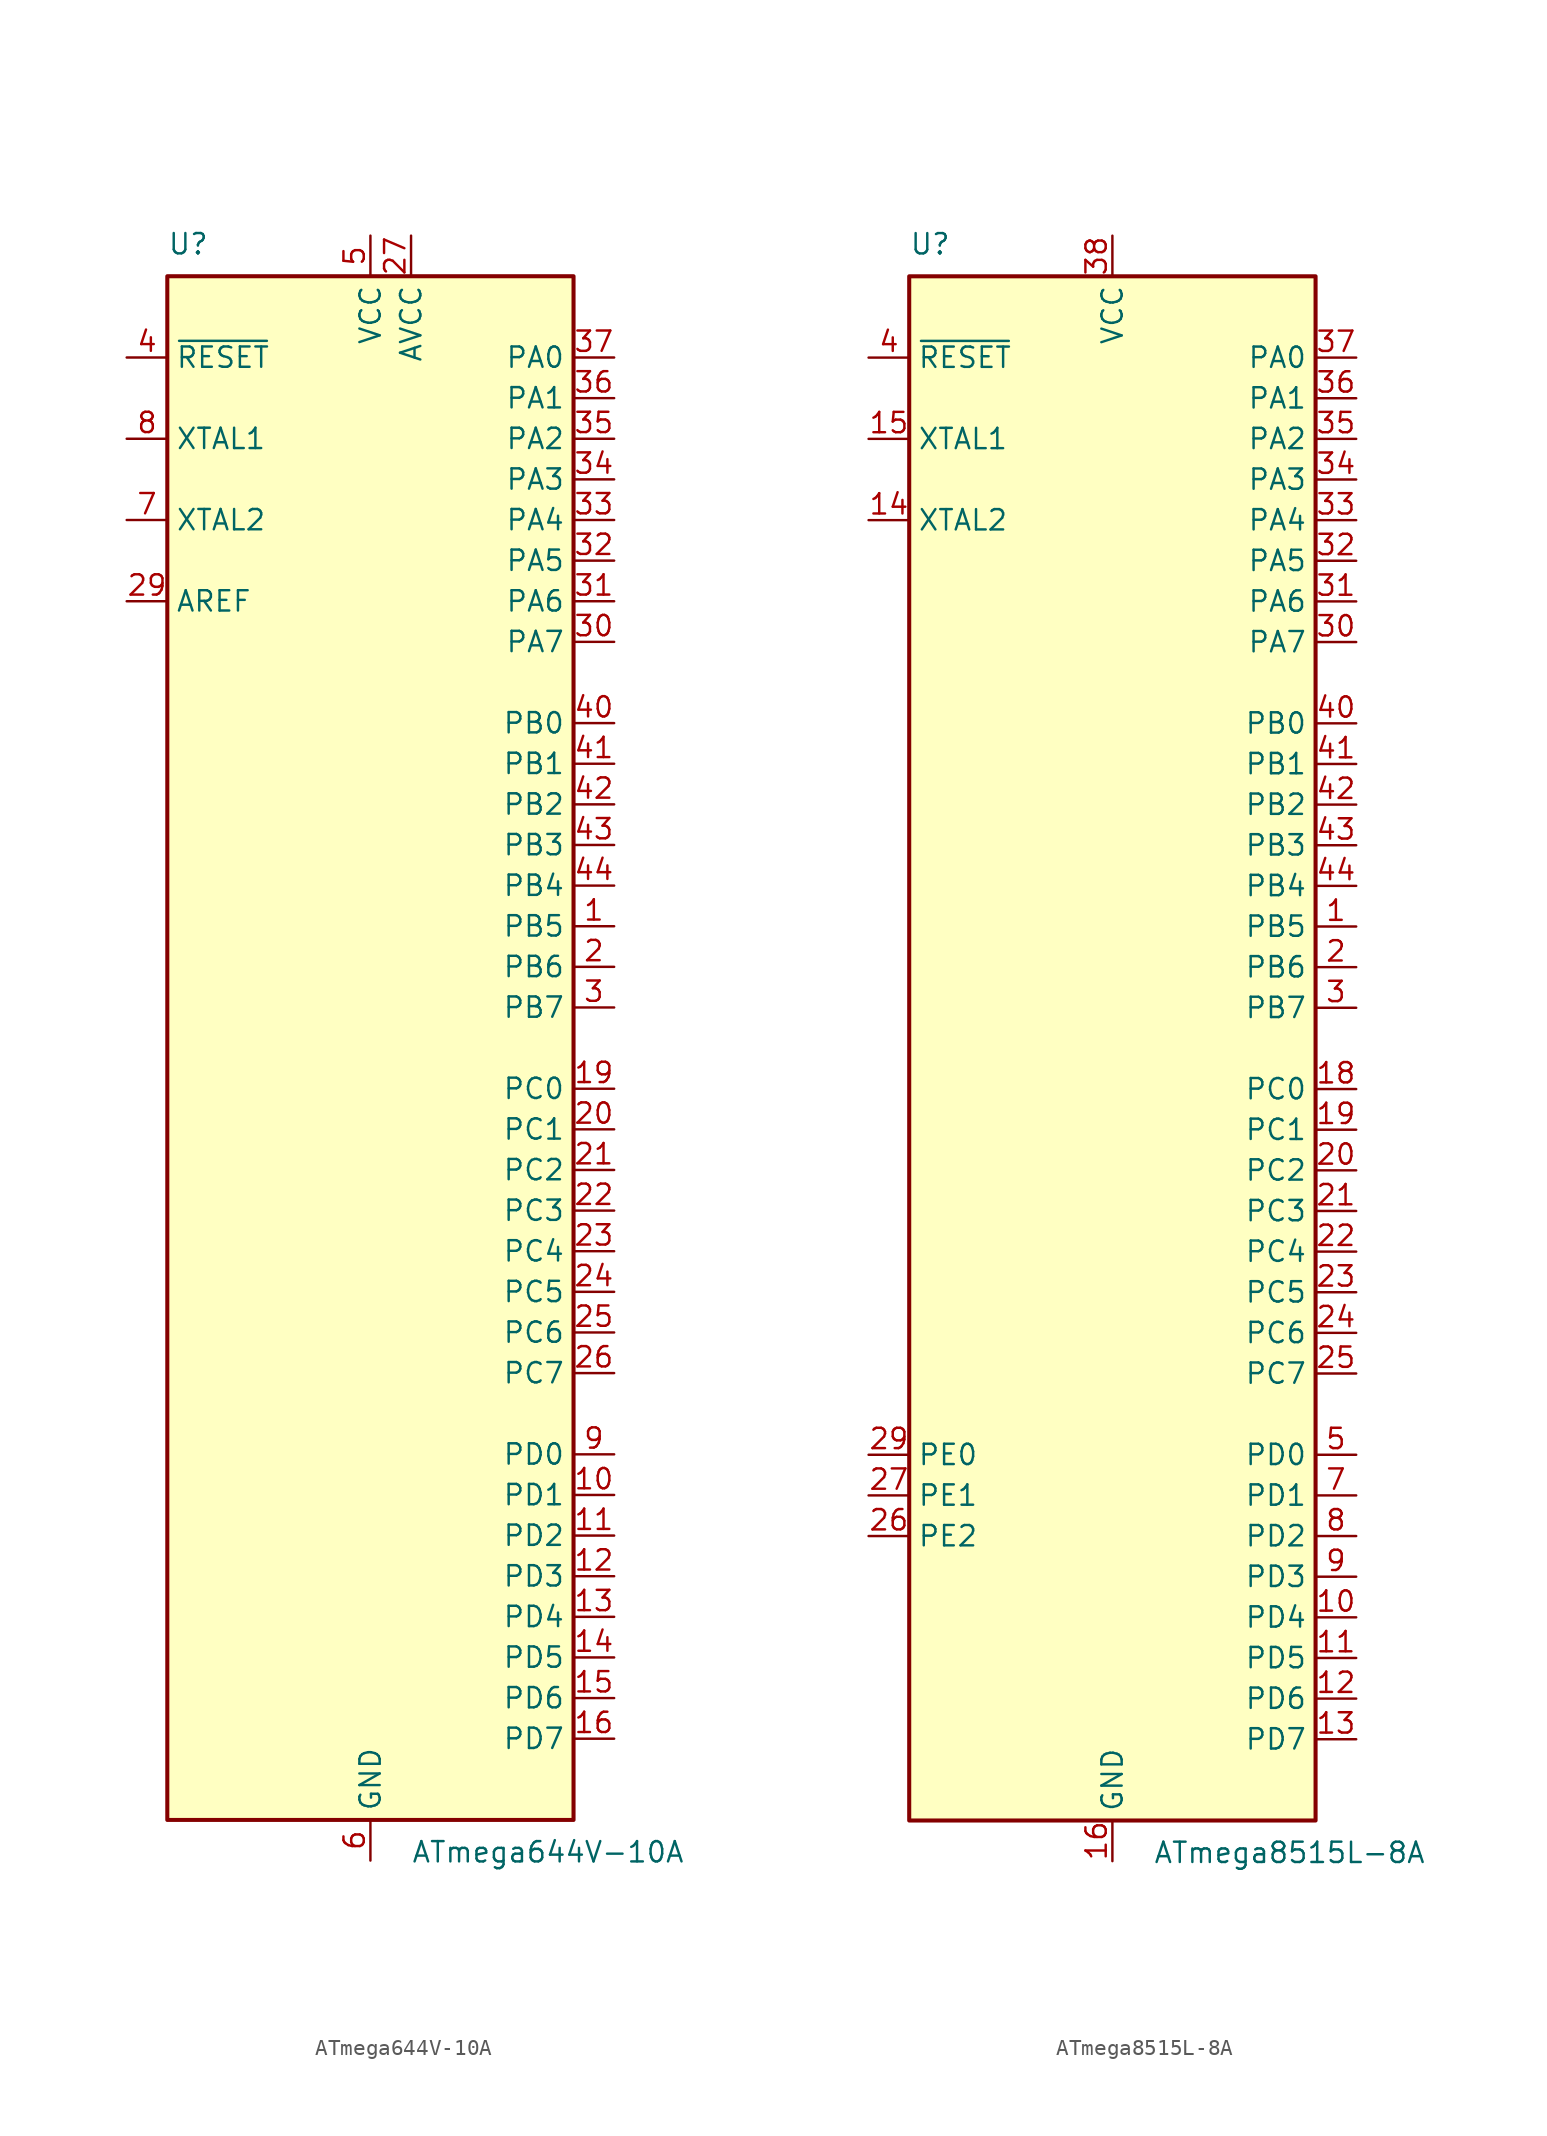
<source format=kicad_sym>
(kicad_symbol_lib
  (version 20201005)
  (generator kicad_symbol_editor)
  (symbol "MCU_Microchip_ATmega:ATmega644V-10A"
    (property "Reference" "U"
      (at -12.7 49.53 0)
      (effects (font (size 1.27 1.27)) (justify left bottom)))
    (property "Value" "ATmega644V-10A"
      (at 2.54 -49.53 0)
      (effects (font (size 1.27 1.27)) (justify left top)))
    (symbol "ATmega644V-10A_0_1"
      (rectangle (start -12.7 -48.26) (end 12.7 48.26) (stroke (width 0.254)) (fill (type background))))
    (symbol "ATmega644V-10A_1_1"
      (pin bidirectional line (at 15.24 7.62 180) (length 2.54) (name "PB5" (effects (font (size 1.27 1.27)))) (number "1" (effects (font (size 1.27 1.27)))))
      (pin bidirectional line (at 15.24 -27.94 180) (length 2.54) (name "PD1" (effects (font (size 1.27 1.27)))) (number "10" (effects (font (size 1.27 1.27)))))
      (pin bidirectional line (at 15.24 -30.48 180) (length 2.54) (name "PD2" (effects (font (size 1.27 1.27)))) (number "11" (effects (font (size 1.27 1.27)))))
      (pin bidirectional line (at 15.24 -33.02 180) (length 2.54) (name "PD3" (effects (font (size 1.27 1.27)))) (number "12" (effects (font (size 1.27 1.27)))))
      (pin bidirectional line (at 15.24 -35.56 180) (length 2.54) (name "PD4" (effects (font (size 1.27 1.27)))) (number "13" (effects (font (size 1.27 1.27)))))
      (pin bidirectional line (at 15.24 -38.1 180) (length 2.54) (name "PD5" (effects (font (size 1.27 1.27)))) (number "14" (effects (font (size 1.27 1.27)))))
      (pin bidirectional line (at 15.24 -40.64 180) (length 2.54) (name "PD6" (effects (font (size 1.27 1.27)))) (number "15" (effects (font (size 1.27 1.27)))))
      (pin bidirectional line (at 15.24 -43.18 180) (length 2.54) (name "PD7" (effects (font (size 1.27 1.27)))) (number "16" (effects (font (size 1.27 1.27)))))
      (pin passive line (at 0 50.8 270) (length 2.54) hide (name "VCC" (effects (font (size 1.27 1.27)))) (number "17" (effects (font (size 1.27 1.27)))))
      (pin passive line (at 0 -50.8 90) (length 2.54) hide (name "GND" (effects (font (size 1.27 1.27)))) (number "18" (effects (font (size 1.27 1.27)))))
      (pin bidirectional line (at 15.24 -2.54 180) (length 2.54) (name "PC0" (effects (font (size 1.27 1.27)))) (number "19" (effects (font (size 1.27 1.27)))))
      (pin bidirectional line (at 15.24 5.08 180) (length 2.54) (name "PB6" (effects (font (size 1.27 1.27)))) (number "2" (effects (font (size 1.27 1.27)))))
      (pin bidirectional line (at 15.24 -5.08 180) (length 2.54) (name "PC1" (effects (font (size 1.27 1.27)))) (number "20" (effects (font (size 1.27 1.27)))))
      (pin bidirectional line (at 15.24 -7.62 180) (length 2.54) (name "PC2" (effects (font (size 1.27 1.27)))) (number "21" (effects (font (size 1.27 1.27)))))
      (pin bidirectional line (at 15.24 -10.16 180) (length 2.54) (name "PC3" (effects (font (size 1.27 1.27)))) (number "22" (effects (font (size 1.27 1.27)))))
      (pin bidirectional line (at 15.24 -12.7 180) (length 2.54) (name "PC4" (effects (font (size 1.27 1.27)))) (number "23" (effects (font (size 1.27 1.27)))))
      (pin bidirectional line (at 15.24 -15.24 180) (length 2.54) (name "PC5" (effects (font (size 1.27 1.27)))) (number "24" (effects (font (size 1.27 1.27)))))
      (pin bidirectional line (at 15.24 -17.78 180) (length 2.54) (name "PC6" (effects (font (size 1.27 1.27)))) (number "25" (effects (font (size 1.27 1.27)))))
      (pin bidirectional line (at 15.24 -20.32 180) (length 2.54) (name "PC7" (effects (font (size 1.27 1.27)))) (number "26" (effects (font (size 1.27 1.27)))))
      (pin power_in line (at 2.54 50.8 270) (length 2.54) (name "AVCC" (effects (font (size 1.27 1.27)))) (number "27" (effects (font (size 1.27 1.27)))))
      (pin passive line (at 0 -50.8 90) (length 2.54) hide (name "GND" (effects (font (size 1.27 1.27)))) (number "28" (effects (font (size 1.27 1.27)))))
      (pin passive line (at -15.24 27.94 0) (length 2.54) (name "AREF" (effects (font (size 1.27 1.27)))) (number "29" (effects (font (size 1.27 1.27)))))
      (pin bidirectional line (at 15.24 2.54 180) (length 2.54) (name "PB7" (effects (font (size 1.27 1.27)))) (number "3" (effects (font (size 1.27 1.27)))))
      (pin bidirectional line (at 15.24 25.4 180) (length 2.54) (name "PA7" (effects (font (size 1.27 1.27)))) (number "30" (effects (font (size 1.27 1.27)))))
      (pin bidirectional line (at 15.24 27.94 180) (length 2.54) (name "PA6" (effects (font (size 1.27 1.27)))) (number "31" (effects (font (size 1.27 1.27)))))
      (pin bidirectional line (at 15.24 30.48 180) (length 2.54) (name "PA5" (effects (font (size 1.27 1.27)))) (number "32" (effects (font (size 1.27 1.27)))))
      (pin bidirectional line (at 15.24 33.02 180) (length 2.54) (name "PA4" (effects (font (size 1.27 1.27)))) (number "33" (effects (font (size 1.27 1.27)))))
      (pin bidirectional line (at 15.24 35.56 180) (length 2.54) (name "PA3" (effects (font (size 1.27 1.27)))) (number "34" (effects (font (size 1.27 1.27)))))
      (pin bidirectional line (at 15.24 38.1 180) (length 2.54) (name "PA2" (effects (font (size 1.27 1.27)))) (number "35" (effects (font (size 1.27 1.27)))))
      (pin bidirectional line (at 15.24 40.64 180) (length 2.54) (name "PA1" (effects (font (size 1.27 1.27)))) (number "36" (effects (font (size 1.27 1.27)))))
      (pin bidirectional line (at 15.24 43.18 180) (length 2.54) (name "PA0" (effects (font (size 1.27 1.27)))) (number "37" (effects (font (size 1.27 1.27)))))
      (pin passive line (at 0 50.8 270) (length 2.54) hide (name "VCC" (effects (font (size 1.27 1.27)))) (number "38" (effects (font (size 1.27 1.27)))))
      (pin passive line (at 0 -50.8 90) (length 2.54) hide (name "GND" (effects (font (size 1.27 1.27)))) (number "39" (effects (font (size 1.27 1.27)))))
      (pin input line (at -15.24 43.18 0) (length 2.54) (name "~RESET" (effects (font (size 1.27 1.27)))) (number "4" (effects (font (size 1.27 1.27)))))
      (pin bidirectional line (at 15.24 20.32 180) (length 2.54) (name "PB0" (effects (font (size 1.27 1.27)))) (number "40" (effects (font (size 1.27 1.27)))))
      (pin bidirectional line (at 15.24 17.78 180) (length 2.54) (name "PB1" (effects (font (size 1.27 1.27)))) (number "41" (effects (font (size 1.27 1.27)))))
      (pin bidirectional line (at 15.24 15.24 180) (length 2.54) (name "PB2" (effects (font (size 1.27 1.27)))) (number "42" (effects (font (size 1.27 1.27)))))
      (pin bidirectional line (at 15.24 12.7 180) (length 2.54) (name "PB3" (effects (font (size 1.27 1.27)))) (number "43" (effects (font (size 1.27 1.27)))))
      (pin bidirectional line (at 15.24 10.16 180) (length 2.54) (name "PB4" (effects (font (size 1.27 1.27)))) (number "44" (effects (font (size 1.27 1.27)))))
      (pin power_in line (at 0 50.8 270) (length 2.54) (name "VCC" (effects (font (size 1.27 1.27)))) (number "5" (effects (font (size 1.27 1.27)))))
      (pin power_in line (at 0 -50.8 90) (length 2.54) (name "GND" (effects (font (size 1.27 1.27)))) (number "6" (effects (font (size 1.27 1.27)))))
      (pin output line (at -15.24 33.02 0) (length 2.54) (name "XTAL2" (effects (font (size 1.27 1.27)))) (number "7" (effects (font (size 1.27 1.27)))))
      (pin input line (at -15.24 38.1 0) (length 2.54) (name "XTAL1" (effects (font (size 1.27 1.27)))) (number "8" (effects (font (size 1.27 1.27)))))
      (pin bidirectional line (at 15.24 -25.4 180) (length 2.54) (name "PD0" (effects (font (size 1.27 1.27)))) (number "9" (effects (font (size 1.27 1.27)))))))
  (symbol "MCU_Microchip_ATmega:ATmega8515L-8A"
    (property "Reference" "U"
      (at -12.7 49.53 0)
      (effects (font (size 1.27 1.27)) (justify left bottom)))
    (property "Value" "ATmega8515L-8A"
      (at 2.54 -49.53 0)
      (effects (font (size 1.27 1.27)) (justify left top)))
    (symbol "ATmega8515L-8A_0_1"
      (rectangle (start -12.7 -48.26) (end 12.7 48.26) (stroke (width 0.254)) (fill (type background))))
    (symbol "ATmega8515L-8A_1_1"
      (pin bidirectional line (at 15.24 7.62 180) (length 2.54) (name "PB5" (effects (font (size 1.27 1.27)))) (number "1" (effects (font (size 1.27 1.27)))))
      (pin bidirectional line (at 15.24 -35.56 180) (length 2.54) (name "PD4" (effects (font (size 1.27 1.27)))) (number "10" (effects (font (size 1.27 1.27)))))
      (pin bidirectional line (at 15.24 -38.1 180) (length 2.54) (name "PD5" (effects (font (size 1.27 1.27)))) (number "11" (effects (font (size 1.27 1.27)))))
      (pin bidirectional line (at 15.24 -40.64 180) (length 2.54) (name "PD6" (effects (font (size 1.27 1.27)))) (number "12" (effects (font (size 1.27 1.27)))))
      (pin bidirectional line (at 15.24 -43.18 180) (length 2.54) (name "PD7" (effects (font (size 1.27 1.27)))) (number "13" (effects (font (size 1.27 1.27)))))
      (pin output line (at -15.24 33.02 0) (length 2.54) (name "XTAL2" (effects (font (size 1.27 1.27)))) (number "14" (effects (font (size 1.27 1.27)))))
      (pin input line (at -15.24 38.1 0) (length 2.54) (name "XTAL1" (effects (font (size 1.27 1.27)))) (number "15" (effects (font (size 1.27 1.27)))))
      (pin power_in line (at 0 -50.8 90) (length 2.54) (name "GND" (effects (font (size 1.27 1.27)))) (number "16" (effects (font (size 1.27 1.27)))))
      (pin no_connect line (at -12.7 -40.64 0) (length 2.54) hide (name "NC" (effects (font (size 1.27 1.27)))) (number "17" (effects (font (size 1.27 1.27)))))
      (pin bidirectional line (at 15.24 -2.54 180) (length 2.54) (name "PC0" (effects (font (size 1.27 1.27)))) (number "18" (effects (font (size 1.27 1.27)))))
      (pin bidirectional line (at 15.24 -5.08 180) (length 2.54) (name "PC1" (effects (font (size 1.27 1.27)))) (number "19" (effects (font (size 1.27 1.27)))))
      (pin bidirectional line (at 15.24 5.08 180) (length 2.54) (name "PB6" (effects (font (size 1.27 1.27)))) (number "2" (effects (font (size 1.27 1.27)))))
      (pin bidirectional line (at 15.24 -7.62 180) (length 2.54) (name "PC2" (effects (font (size 1.27 1.27)))) (number "20" (effects (font (size 1.27 1.27)))))
      (pin bidirectional line (at 15.24 -10.16 180) (length 2.54) (name "PC3" (effects (font (size 1.27 1.27)))) (number "21" (effects (font (size 1.27 1.27)))))
      (pin bidirectional line (at 15.24 -12.7 180) (length 2.54) (name "PC4" (effects (font (size 1.27 1.27)))) (number "22" (effects (font (size 1.27 1.27)))))
      (pin bidirectional line (at 15.24 -15.24 180) (length 2.54) (name "PC5" (effects (font (size 1.27 1.27)))) (number "23" (effects (font (size 1.27 1.27)))))
      (pin bidirectional line (at 15.24 -17.78 180) (length 2.54) (name "PC6" (effects (font (size 1.27 1.27)))) (number "24" (effects (font (size 1.27 1.27)))))
      (pin bidirectional line (at 15.24 -20.32 180) (length 2.54) (name "PC7" (effects (font (size 1.27 1.27)))) (number "25" (effects (font (size 1.27 1.27)))))
      (pin bidirectional line (at -15.24 -30.48 0) (length 2.54) (name "PE2" (effects (font (size 1.27 1.27)))) (number "26" (effects (font (size 1.27 1.27)))))
      (pin bidirectional line (at -15.24 -27.94 0) (length 2.54) (name "PE1" (effects (font (size 1.27 1.27)))) (number "27" (effects (font (size 1.27 1.27)))))
      (pin no_connect line (at -12.7 -43.18 0) (length 2.54) hide (name "NC" (effects (font (size 1.27 1.27)))) (number "28" (effects (font (size 1.27 1.27)))))
      (pin bidirectional line (at -15.24 -25.4 0) (length 2.54) (name "PE0" (effects (font (size 1.27 1.27)))) (number "29" (effects (font (size 1.27 1.27)))))
      (pin bidirectional line (at 15.24 2.54 180) (length 2.54) (name "PB7" (effects (font (size 1.27 1.27)))) (number "3" (effects (font (size 1.27 1.27)))))
      (pin bidirectional line (at 15.24 25.4 180) (length 2.54) (name "PA7" (effects (font (size 1.27 1.27)))) (number "30" (effects (font (size 1.27 1.27)))))
      (pin bidirectional line (at 15.24 27.94 180) (length 2.54) (name "PA6" (effects (font (size 1.27 1.27)))) (number "31" (effects (font (size 1.27 1.27)))))
      (pin bidirectional line (at 15.24 30.48 180) (length 2.54) (name "PA5" (effects (font (size 1.27 1.27)))) (number "32" (effects (font (size 1.27 1.27)))))
      (pin bidirectional line (at 15.24 33.02 180) (length 2.54) (name "PA4" (effects (font (size 1.27 1.27)))) (number "33" (effects (font (size 1.27 1.27)))))
      (pin bidirectional line (at 15.24 35.56 180) (length 2.54) (name "PA3" (effects (font (size 1.27 1.27)))) (number "34" (effects (font (size 1.27 1.27)))))
      (pin bidirectional line (at 15.24 38.1 180) (length 2.54) (name "PA2" (effects (font (size 1.27 1.27)))) (number "35" (effects (font (size 1.27 1.27)))))
      (pin bidirectional line (at 15.24 40.64 180) (length 2.54) (name "PA1" (effects (font (size 1.27 1.27)))) (number "36" (effects (font (size 1.27 1.27)))))
      (pin bidirectional line (at 15.24 43.18 180) (length 2.54) (name "PA0" (effects (font (size 1.27 1.27)))) (number "37" (effects (font (size 1.27 1.27)))))
      (pin power_in line (at 0 50.8 270) (length 2.54) (name "VCC" (effects (font (size 1.27 1.27)))) (number "38" (effects (font (size 1.27 1.27)))))
      (pin no_connect line (at -12.7 -45.72 0) (length 2.54) hide (name "NC" (effects (font (size 1.27 1.27)))) (number "39" (effects (font (size 1.27 1.27)))))
      (pin input line (at -15.24 43.18 0) (length 2.54) (name "~RESET" (effects (font (size 1.27 1.27)))) (number "4" (effects (font (size 1.27 1.27)))))
      (pin bidirectional line (at 15.24 20.32 180) (length 2.54) (name "PB0" (effects (font (size 1.27 1.27)))) (number "40" (effects (font (size 1.27 1.27)))))
      (pin bidirectional line (at 15.24 17.78 180) (length 2.54) (name "PB1" (effects (font (size 1.27 1.27)))) (number "41" (effects (font (size 1.27 1.27)))))
      (pin bidirectional line (at 15.24 15.24 180) (length 2.54) (name "PB2" (effects (font (size 1.27 1.27)))) (number "42" (effects (font (size 1.27 1.27)))))
      (pin bidirectional line (at 15.24 12.7 180) (length 2.54) (name "PB3" (effects (font (size 1.27 1.27)))) (number "43" (effects (font (size 1.27 1.27)))))
      (pin bidirectional line (at 15.24 10.16 180) (length 2.54) (name "PB4" (effects (font (size 1.27 1.27)))) (number "44" (effects (font (size 1.27 1.27)))))
      (pin bidirectional line (at 15.24 -25.4 180) (length 2.54) (name "PD0" (effects (font (size 1.27 1.27)))) (number "5" (effects (font (size 1.27 1.27)))))
      (pin no_connect line (at -12.7 -38.1 0) (length 2.54) hide (name "NC" (effects (font (size 1.27 1.27)))) (number "6" (effects (font (size 1.27 1.27)))))
      (pin bidirectional line (at 15.24 -27.94 180) (length 2.54) (name "PD1" (effects (font (size 1.27 1.27)))) (number "7" (effects (font (size 1.27 1.27)))))
      (pin bidirectional line (at 15.24 -30.48 180) (length 2.54) (name "PD2" (effects (font (size 1.27 1.27)))) (number "8" (effects (font (size 1.27 1.27)))))
      (pin bidirectional line (at 15.24 -33.02 180) (length 2.54) (name "PD3" (effects (font (size 1.27 1.27)))) (number "9" (effects (font (size 1.27 1.27))))))))
</source>
